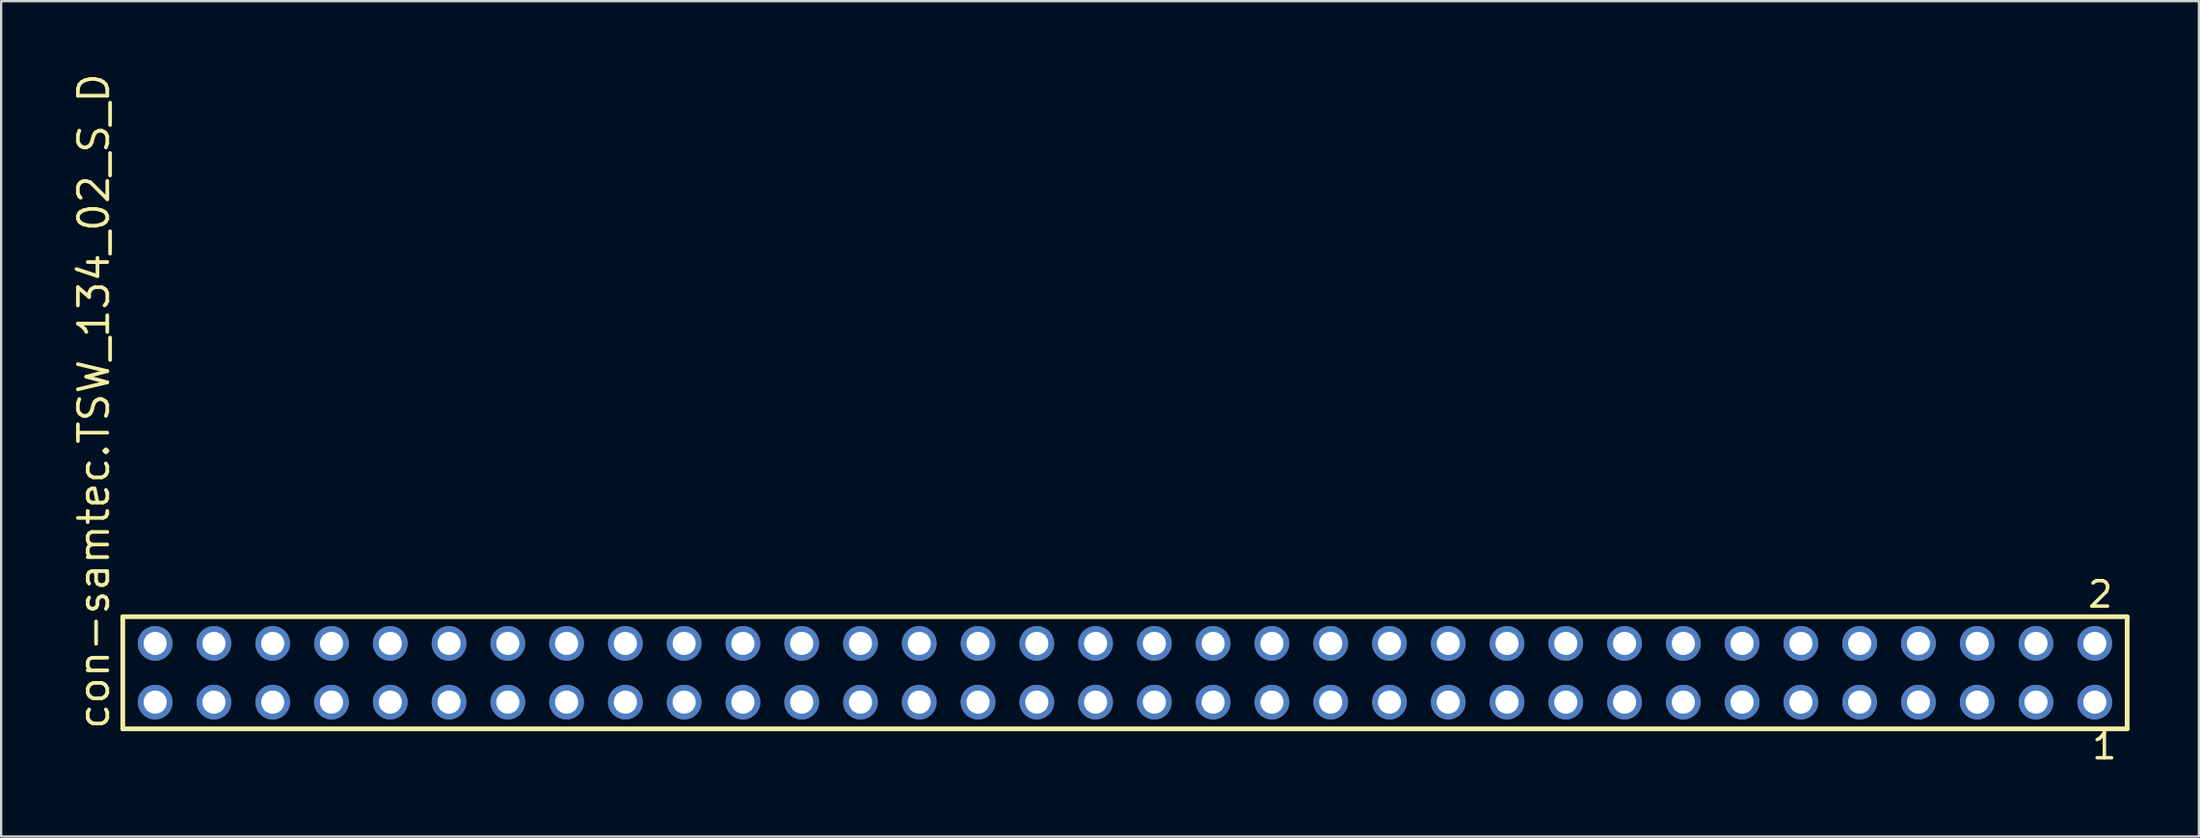
<source format=kicad_pcb>
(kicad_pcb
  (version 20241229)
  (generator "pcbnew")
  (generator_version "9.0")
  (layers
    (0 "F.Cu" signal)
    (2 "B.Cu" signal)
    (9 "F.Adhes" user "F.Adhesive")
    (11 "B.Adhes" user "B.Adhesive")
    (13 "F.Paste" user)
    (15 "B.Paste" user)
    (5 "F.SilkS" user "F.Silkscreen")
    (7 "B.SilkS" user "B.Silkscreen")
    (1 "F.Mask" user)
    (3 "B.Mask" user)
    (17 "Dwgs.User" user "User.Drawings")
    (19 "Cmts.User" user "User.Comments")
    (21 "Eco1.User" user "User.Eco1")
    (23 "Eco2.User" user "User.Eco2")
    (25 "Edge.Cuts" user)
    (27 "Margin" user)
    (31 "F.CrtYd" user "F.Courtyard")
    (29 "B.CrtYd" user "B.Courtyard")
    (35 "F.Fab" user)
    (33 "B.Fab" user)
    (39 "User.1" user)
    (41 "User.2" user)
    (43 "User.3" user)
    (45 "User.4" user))
  (footprint "con-samtec.TSW_134_02_S_D"
    (layer "F.Cu")
    (at 45.565 26.049)
    (property "Reference" "con-samtec.TSW_134_02_S_D" (at -43.815 2.54 90) (layer "F.SilkS") (effects (font (size 1.27 1.27) (thickness 0.16)) (justify left bottom)))
    (attr through_hole)
    (fp_line (start -43.309 -2.425) (end 43.309 -2.425) (stroke (width 0.203) (type default)) (layer "F.SilkS"))
    (fp_line (start -43.309 2.425) (end -43.309 -2.425) (stroke (width 0.203) (type default)) (layer "F.SilkS"))
    (fp_line (start 43.309 -2.425) (end 43.309 2.425) (stroke (width 0.203) (type default)) (layer "F.SilkS"))
    (fp_line (start 43.309 2.425) (end -43.309 2.425) (stroke (width 0.203) (type default)) (layer "F.SilkS"))
    (fp_rect (start -42.26 -0.92) (end -41.56 -1.62) (stroke (width 0.05) (type default)) (fill no) (layer "F.Fab"))
    (fp_rect (start -42.26 1.62) (end -41.56 0.92) (stroke (width 0.05) (type default)) (fill no) (layer "F.Fab"))
    (fp_rect (start -39.72 -0.92) (end -39.02 -1.62) (stroke (width 0.05) (type default)) (fill no) (layer "F.Fab"))
    (fp_rect (start -39.72 1.62) (end -39.02 0.92) (stroke (width 0.05) (type default)) (fill no) (layer "F.Fab"))
    (fp_rect (start -37.18 -0.92) (end -36.48 -1.62) (stroke (width 0.05) (type default)) (fill no) (layer "F.Fab"))
    (fp_rect (start -37.18 1.62) (end -36.48 0.92) (stroke (width 0.05) (type default)) (fill no) (layer "F.Fab"))
    (fp_rect (start -34.64 -0.92) (end -33.94 -1.62) (stroke (width 0.05) (type default)) (fill no) (layer "F.Fab"))
    (fp_rect (start -34.64 1.62) (end -33.94 0.92) (stroke (width 0.05) (type default)) (fill no) (layer "F.Fab"))
    (fp_rect (start -32.1 -0.92) (end -31.4 -1.62) (stroke (width 0.05) (type default)) (fill no) (layer "F.Fab"))
    (fp_rect (start -32.1 1.62) (end -31.4 0.92) (stroke (width 0.05) (type default)) (fill no) (layer "F.Fab"))
    (fp_rect (start -29.56 -0.92) (end -28.86 -1.62) (stroke (width 0.05) (type default)) (fill no) (layer "F.Fab"))
    (fp_rect (start -29.56 1.62) (end -28.86 0.92) (stroke (width 0.05) (type default)) (fill no) (layer "F.Fab"))
    (fp_rect (start -27.02 -0.92) (end -26.32 -1.62) (stroke (width 0.05) (type default)) (fill no) (layer "F.Fab"))
    (fp_rect (start -27.02 1.62) (end -26.32 0.92) (stroke (width 0.05) (type default)) (fill no) (layer "F.Fab"))
    (fp_rect (start -24.48 -0.92) (end -23.78 -1.62) (stroke (width 0.05) (type default)) (fill no) (layer "F.Fab"))
    (fp_rect (start -24.48 1.62) (end -23.78 0.92) (stroke (width 0.05) (type default)) (fill no) (layer "F.Fab"))
    (fp_rect (start -21.94 -0.92) (end -21.24 -1.62) (stroke (width 0.05) (type default)) (fill no) (layer "F.Fab"))
    (fp_rect (start -21.94 1.62) (end -21.24 0.92) (stroke (width 0.05) (type default)) (fill no) (layer "F.Fab"))
    (fp_rect (start -19.4 -0.92) (end -18.7 -1.62) (stroke (width 0.05) (type default)) (fill no) (layer "F.Fab"))
    (fp_rect (start -19.4 1.62) (end -18.7 0.92) (stroke (width 0.05) (type default)) (fill no) (layer "F.Fab"))
    (fp_rect (start -16.86 -0.92) (end -16.16 -1.62) (stroke (width 0.05) (type default)) (fill no) (layer "F.Fab"))
    (fp_rect (start -16.86 1.62) (end -16.16 0.92) (stroke (width 0.05) (type default)) (fill no) (layer "F.Fab"))
    (fp_rect (start -14.32 -0.92) (end -13.62 -1.62) (stroke (width 0.05) (type default)) (fill no) (layer "F.Fab"))
    (fp_rect (start -14.32 1.62) (end -13.62 0.92) (stroke (width 0.05) (type default)) (fill no) (layer "F.Fab"))
    (fp_rect (start -11.78 -0.92) (end -11.08 -1.62) (stroke (width 0.05) (type default)) (fill no) (layer "F.Fab"))
    (fp_rect (start -11.78 1.62) (end -11.08 0.92) (stroke (width 0.05) (type default)) (fill no) (layer "F.Fab"))
    (fp_rect (start -9.24 -0.92) (end -8.54 -1.62) (stroke (width 0.05) (type default)) (fill no) (layer "F.Fab"))
    (fp_rect (start -9.24 1.62) (end -8.54 0.92) (stroke (width 0.05) (type default)) (fill no) (layer "F.Fab"))
    (fp_rect (start -6.7 -0.92) (end -6 -1.62) (stroke (width 0.05) (type default)) (fill no) (layer "F.Fab"))
    (fp_rect (start -6.7 1.62) (end -6 0.92) (stroke (width 0.05) (type default)) (fill no) (layer "F.Fab"))
    (fp_rect (start -4.16 -0.92) (end -3.46 -1.62) (stroke (width 0.05) (type default)) (fill no) (layer "F.Fab"))
    (fp_rect (start -4.16 1.62) (end -3.46 0.92) (stroke (width 0.05) (type default)) (fill no) (layer "F.Fab"))
    (fp_rect (start -1.62 -0.92) (end -0.92 -1.62) (stroke (width 0.05) (type default)) (fill no) (layer "F.Fab"))
    (fp_rect (start -1.62 1.62) (end -0.92 0.92) (stroke (width 0.05) (type default)) (fill no) (layer "F.Fab"))
    (fp_rect (start 0.92 -0.92) (end 1.62 -1.62) (stroke (width 0.05) (type default)) (fill no) (layer "F.Fab"))
    (fp_rect (start 0.92 1.62) (end 1.62 0.92) (stroke (width 0.05) (type default)) (fill no) (layer "F.Fab"))
    (fp_rect (start 3.46 -0.92) (end 4.16 -1.62) (stroke (width 0.05) (type default)) (fill no) (layer "F.Fab"))
    (fp_rect (start 3.46 1.62) (end 4.16 0.92) (stroke (width 0.05) (type default)) (fill no) (layer "F.Fab"))
    (fp_rect (start 6 -0.92) (end 6.7 -1.62) (stroke (width 0.05) (type default)) (fill no) (layer "F.Fab"))
    (fp_rect (start 6 1.62) (end 6.7 0.92) (stroke (width 0.05) (type default)) (fill no) (layer "F.Fab"))
    (fp_rect (start 8.54 -0.92) (end 9.24 -1.62) (stroke (width 0.05) (type default)) (fill no) (layer "F.Fab"))
    (fp_rect (start 8.54 1.62) (end 9.24 0.92) (stroke (width 0.05) (type default)) (fill no) (layer "F.Fab"))
    (fp_rect (start 11.08 -0.92) (end 11.78 -1.62) (stroke (width 0.05) (type default)) (fill no) (layer "F.Fab"))
    (fp_rect (start 11.08 1.62) (end 11.78 0.92) (stroke (width 0.05) (type default)) (fill no) (layer "F.Fab"))
    (fp_rect (start 13.62 -0.92) (end 14.32 -1.62) (stroke (width 0.05) (type default)) (fill no) (layer "F.Fab"))
    (fp_rect (start 13.62 1.62) (end 14.32 0.92) (stroke (width 0.05) (type default)) (fill no) (layer "F.Fab"))
    (fp_rect (start 16.16 -0.92) (end 16.86 -1.62) (stroke (width 0.05) (type default)) (fill no) (layer "F.Fab"))
    (fp_rect (start 16.16 1.62) (end 16.86 0.92) (stroke (width 0.05) (type default)) (fill no) (layer "F.Fab"))
    (fp_rect (start 18.7 -0.92) (end 19.4 -1.62) (stroke (width 0.05) (type default)) (fill no) (layer "F.Fab"))
    (fp_rect (start 18.7 1.62) (end 19.4 0.92) (stroke (width 0.05) (type default)) (fill no) (layer "F.Fab"))
    (fp_rect (start 21.24 -0.92) (end 21.94 -1.62) (stroke (width 0.05) (type default)) (fill no) (layer "F.Fab"))
    (fp_rect (start 21.24 1.62) (end 21.94 0.92) (stroke (width 0.05) (type default)) (fill no) (layer "F.Fab"))
    (fp_rect (start 23.78 -0.92) (end 24.48 -1.62) (stroke (width 0.05) (type default)) (fill no) (layer "F.Fab"))
    (fp_rect (start 23.78 1.62) (end 24.48 0.92) (stroke (width 0.05) (type default)) (fill no) (layer "F.Fab"))
    (fp_rect (start 26.32 -0.92) (end 27.02 -1.62) (stroke (width 0.05) (type default)) (fill no) (layer "F.Fab"))
    (fp_rect (start 26.32 1.62) (end 27.02 0.92) (stroke (width 0.05) (type default)) (fill no) (layer "F.Fab"))
    (fp_rect (start 28.86 -0.92) (end 29.56 -1.62) (stroke (width 0.05) (type default)) (fill no) (layer "F.Fab"))
    (fp_rect (start 28.86 1.62) (end 29.56 0.92) (stroke (width 0.05) (type default)) (fill no) (layer "F.Fab"))
    (fp_rect (start 31.4 -0.92) (end 32.1 -1.62) (stroke (width 0.05) (type default)) (fill no) (layer "F.Fab"))
    (fp_rect (start 31.4 1.62) (end 32.1 0.92) (stroke (width 0.05) (type default)) (fill no) (layer "F.Fab"))
    (fp_rect (start 33.94 -0.92) (end 34.64 -1.62) (stroke (width 0.05) (type default)) (fill no) (layer "F.Fab"))
    (fp_rect (start 33.94 1.62) (end 34.64 0.92) (stroke (width 0.05) (type default)) (fill no) (layer "F.Fab"))
    (fp_rect (start 36.48 -0.92) (end 37.18 -1.62) (stroke (width 0.05) (type default)) (fill no) (layer "F.Fab"))
    (fp_rect (start 36.48 1.62) (end 37.18 0.92) (stroke (width 0.05) (type default)) (fill no) (layer "F.Fab"))
    (fp_rect (start 39.02 -0.92) (end 39.72 -1.62) (stroke (width 0.05) (type default)) (fill no) (layer "F.Fab"))
    (fp_rect (start 39.02 1.62) (end 39.72 0.92) (stroke (width 0.05) (type default)) (fill no) (layer "F.Fab"))
    (fp_rect (start 41.56 -0.92) (end 42.26 -1.62) (stroke (width 0.05) (type default)) (fill no) (layer "F.Fab"))
    (fp_rect (start 41.56 1.62) (end 42.26 0.92) (stroke (width 0.05) (type default)) (fill no) (layer "F.Fab"))
    (fp_text user "2" (at 41.527 -2.744 0) (layer "F.SilkS") (effects (font (size 1.1 1.1) (thickness 0.15)) (justify left bottom)))
    (fp_text user "1" (at 41.702 3.818 0) (layer "F.SilkS") (effects (font (size 1.1 1.1) (thickness 0.15)) (justify left bottom)))
    (pad "1" thru_hole circle (at 41.91 1.27 180) (size 1.5 1.5) (drill 1) (layers "*.Cu" "*.Mask"))
    (pad "2" thru_hole circle (at 41.91 -1.27 180) (size 1.5 1.5) (drill 1) (layers "*.Cu" "*.Mask"))
    (pad "3" thru_hole circle (at 39.37 1.27 180) (size 1.5 1.5) (drill 1) (layers "*.Cu" "*.Mask"))
    (pad "4" thru_hole circle (at 39.37 -1.27 180) (size 1.5 1.5) (drill 1) (layers "*.Cu" "*.Mask"))
    (pad "5" thru_hole circle (at 36.83 1.27 180) (size 1.5 1.5) (drill 1) (layers "*.Cu" "*.Mask"))
    (pad "6" thru_hole circle (at 36.83 -1.27 180) (size 1.5 1.5) (drill 1) (layers "*.Cu" "*.Mask"))
    (pad "7" thru_hole circle (at 34.29 1.27 180) (size 1.5 1.5) (drill 1) (layers "*.Cu" "*.Mask"))
    (pad "8" thru_hole circle (at 34.29 -1.27 180) (size 1.5 1.5) (drill 1) (layers "*.Cu" "*.Mask"))
    (pad "9" thru_hole circle (at 31.75 1.27 180) (size 1.5 1.5) (drill 1) (layers "*.Cu" "*.Mask"))
    (pad "10" thru_hole circle (at 31.75 -1.27 180) (size 1.5 1.5) (drill 1) (layers "*.Cu" "*.Mask"))
    (pad "11" thru_hole circle (at 29.21 1.27 180) (size 1.5 1.5) (drill 1) (layers "*.Cu" "*.Mask"))
    (pad "12" thru_hole circle (at 29.21 -1.27 180) (size 1.5 1.5) (drill 1) (layers "*.Cu" "*.Mask"))
    (pad "13" thru_hole circle (at 26.67 1.27 180) (size 1.5 1.5) (drill 1) (layers "*.Cu" "*.Mask"))
    (pad "14" thru_hole circle (at 26.67 -1.27 180) (size 1.5 1.5) (drill 1) (layers "*.Cu" "*.Mask"))
    (pad "15" thru_hole circle (at 24.13 1.27 180) (size 1.5 1.5) (drill 1) (layers "*.Cu" "*.Mask"))
    (pad "16" thru_hole circle (at 24.13 -1.27 180) (size 1.5 1.5) (drill 1) (layers "*.Cu" "*.Mask"))
    (pad "17" thru_hole circle (at 21.59 1.27 180) (size 1.5 1.5) (drill 1) (layers "*.Cu" "*.Mask"))
    (pad "18" thru_hole circle (at 21.59 -1.27 180) (size 1.5 1.5) (drill 1) (layers "*.Cu" "*.Mask"))
    (pad "19" thru_hole circle (at 19.05 1.27 180) (size 1.5 1.5) (drill 1) (layers "*.Cu" "*.Mask"))
    (pad "20" thru_hole circle (at 19.05 -1.27 180) (size 1.5 1.5) (drill 1) (layers "*.Cu" "*.Mask"))
    (pad "21" thru_hole circle (at 16.51 1.27 180) (size 1.5 1.5) (drill 1) (layers "*.Cu" "*.Mask"))
    (pad "22" thru_hole circle (at 16.51 -1.27 180) (size 1.5 1.5) (drill 1) (layers "*.Cu" "*.Mask"))
    (pad "23" thru_hole circle (at 13.97 1.27 180) (size 1.5 1.5) (drill 1) (layers "*.Cu" "*.Mask"))
    (pad "24" thru_hole circle (at 13.97 -1.27 180) (size 1.5 1.5) (drill 1) (layers "*.Cu" "*.Mask"))
    (pad "25" thru_hole circle (at 11.43 1.27 180) (size 1.5 1.5) (drill 1) (layers "*.Cu" "*.Mask"))
    (pad "26" thru_hole circle (at 11.43 -1.27 180) (size 1.5 1.5) (drill 1) (layers "*.Cu" "*.Mask"))
    (pad "27" thru_hole circle (at 8.89 1.27 180) (size 1.5 1.5) (drill 1) (layers "*.Cu" "*.Mask"))
    (pad "28" thru_hole circle (at 8.89 -1.27 180) (size 1.5 1.5) (drill 1) (layers "*.Cu" "*.Mask"))
    (pad "29" thru_hole circle (at 6.35 1.27 180) (size 1.5 1.5) (drill 1) (layers "*.Cu" "*.Mask"))
    (pad "30" thru_hole circle (at 6.35 -1.27 180) (size 1.5 1.5) (drill 1) (layers "*.Cu" "*.Mask"))
    (pad "31" thru_hole circle (at 3.81 1.27 180) (size 1.5 1.5) (drill 1) (layers "*.Cu" "*.Mask"))
    (pad "32" thru_hole circle (at 3.81 -1.27 180) (size 1.5 1.5) (drill 1) (layers "*.Cu" "*.Mask"))
    (pad "33" thru_hole circle (at 1.27 1.27 180) (size 1.5 1.5) (drill 1) (layers "*.Cu" "*.Mask"))
    (pad "34" thru_hole circle (at 1.27 -1.27 180) (size 1.5 1.5) (drill 1) (layers "*.Cu" "*.Mask"))
    (pad "35" thru_hole circle (at -1.27 1.27 180) (size 1.5 1.5) (drill 1) (layers "*.Cu" "*.Mask"))
    (pad "36" thru_hole circle (at -1.27 -1.27 180) (size 1.5 1.5) (drill 1) (layers "*.Cu" "*.Mask"))
    (pad "37" thru_hole circle (at -3.81 1.27 180) (size 1.5 1.5) (drill 1) (layers "*.Cu" "*.Mask"))
    (pad "38" thru_hole circle (at -3.81 -1.27 180) (size 1.5 1.5) (drill 1) (layers "*.Cu" "*.Mask"))
    (pad "39" thru_hole circle (at -6.35 1.27 180) (size 1.5 1.5) (drill 1) (layers "*.Cu" "*.Mask"))
    (pad "40" thru_hole circle (at -6.35 -1.27 180) (size 1.5 1.5) (drill 1) (layers "*.Cu" "*.Mask"))
    (pad "41" thru_hole circle (at -8.89 1.27 180) (size 1.5 1.5) (drill 1) (layers "*.Cu" "*.Mask"))
    (pad "42" thru_hole circle (at -8.89 -1.27 180) (size 1.5 1.5) (drill 1) (layers "*.Cu" "*.Mask"))
    (pad "43" thru_hole circle (at -11.43 1.27 180) (size 1.5 1.5) (drill 1) (layers "*.Cu" "*.Mask"))
    (pad "44" thru_hole circle (at -11.43 -1.27 180) (size 1.5 1.5) (drill 1) (layers "*.Cu" "*.Mask"))
    (pad "45" thru_hole circle (at -13.97 1.27 180) (size 1.5 1.5) (drill 1) (layers "*.Cu" "*.Mask"))
    (pad "46" thru_hole circle (at -13.97 -1.27 180) (size 1.5 1.5) (drill 1) (layers "*.Cu" "*.Mask"))
    (pad "47" thru_hole circle (at -16.51 1.27 180) (size 1.5 1.5) (drill 1) (layers "*.Cu" "*.Mask"))
    (pad "48" thru_hole circle (at -16.51 -1.27 180) (size 1.5 1.5) (drill 1) (layers "*.Cu" "*.Mask"))
    (pad "49" thru_hole circle (at -19.05 1.27 180) (size 1.5 1.5) (drill 1) (layers "*.Cu" "*.Mask"))
    (pad "50" thru_hole circle (at -19.05 -1.27 180) (size 1.5 1.5) (drill 1) (layers "*.Cu" "*.Mask"))
    (pad "51" thru_hole circle (at -21.59 1.27 180) (size 1.5 1.5) (drill 1) (layers "*.Cu" "*.Mask"))
    (pad "52" thru_hole circle (at -21.59 -1.27 180) (size 1.5 1.5) (drill 1) (layers "*.Cu" "*.Mask"))
    (pad "53" thru_hole circle (at -24.13 1.27 180) (size 1.5 1.5) (drill 1) (layers "*.Cu" "*.Mask"))
    (pad "54" thru_hole circle (at -24.13 -1.27 180) (size 1.5 1.5) (drill 1) (layers "*.Cu" "*.Mask"))
    (pad "55" thru_hole circle (at -26.67 1.27 180) (size 1.5 1.5) (drill 1) (layers "*.Cu" "*.Mask"))
    (pad "56" thru_hole circle (at -26.67 -1.27 180) (size 1.5 1.5) (drill 1) (layers "*.Cu" "*.Mask"))
    (pad "57" thru_hole circle (at -29.21 1.27 180) (size 1.5 1.5) (drill 1) (layers "*.Cu" "*.Mask"))
    (pad "58" thru_hole circle (at -29.21 -1.27 180) (size 1.5 1.5) (drill 1) (layers "*.Cu" "*.Mask"))
    (pad "59" thru_hole circle (at -31.75 1.27 180) (size 1.5 1.5) (drill 1) (layers "*.Cu" "*.Mask"))
    (pad "60" thru_hole circle (at -31.75 -1.27 180) (size 1.5 1.5) (drill 1) (layers "*.Cu" "*.Mask"))
    (pad "61" thru_hole circle (at -34.29 1.27 180) (size 1.5 1.5) (drill 1) (layers "*.Cu" "*.Mask"))
    (pad "62" thru_hole circle (at -34.29 -1.27 180) (size 1.5 1.5) (drill 1) (layers "*.Cu" "*.Mask"))
    (pad "63" thru_hole circle (at -36.83 1.27 180) (size 1.5 1.5) (drill 1) (layers "*.Cu" "*.Mask"))
    (pad "64" thru_hole circle (at -36.83 -1.27 180) (size 1.5 1.5) (drill 1) (layers "*.Cu" "*.Mask"))
    (pad "65" thru_hole circle (at -39.37 1.27 180) (size 1.5 1.5) (drill 1) (layers "*.Cu" "*.Mask"))
    (pad "66" thru_hole circle (at -39.37 -1.27 180) (size 1.5 1.5) (drill 1) (layers "*.Cu" "*.Mask"))
    (pad "67" thru_hole circle (at -41.91 1.27 180) (size 1.5 1.5) (drill 1) (layers "*.Cu" "*.Mask"))
    (pad "68" thru_hole circle (at -41.91 -1.27 180) (size 1.5 1.5) (drill 1) (layers "*.Cu" "*.Mask")))
  (gr_rect
    (start -3 -3)
    (end 91.976 33.131)
    (stroke (width 0.1) (type default))
    (fill no)
    (layer "Edge.Cuts")))
</source>
